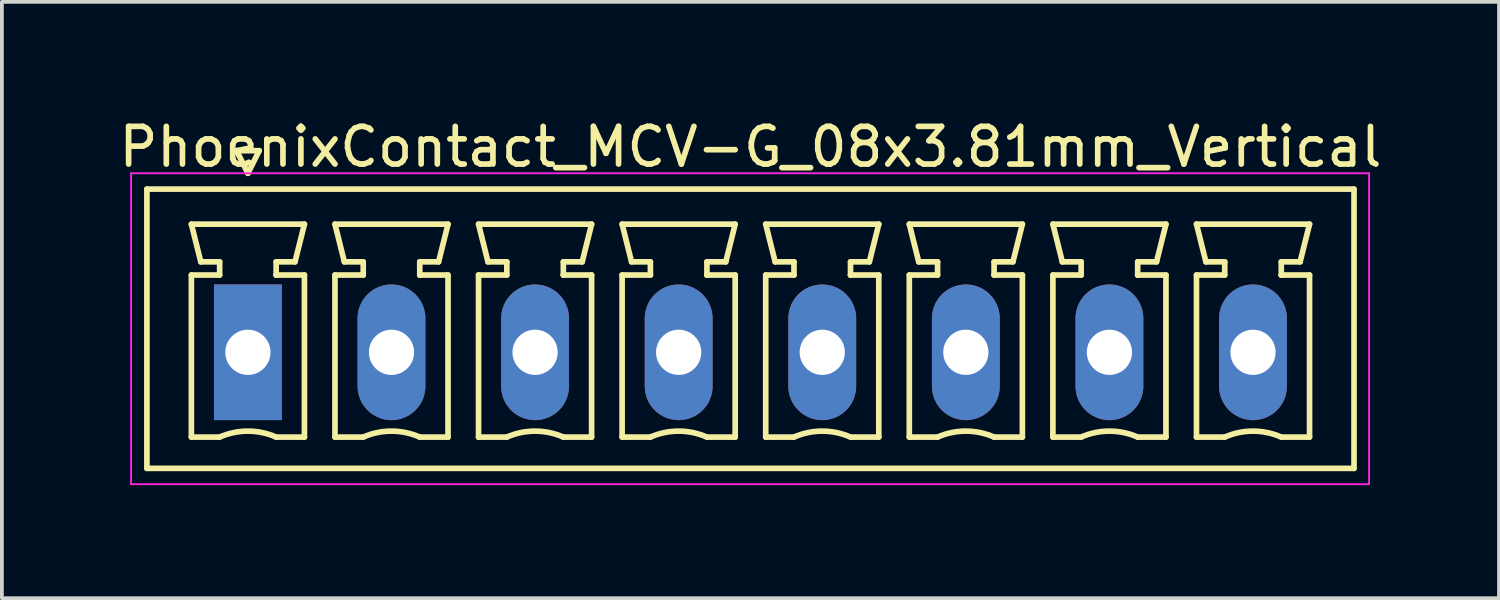
<source format=kicad_pcb>
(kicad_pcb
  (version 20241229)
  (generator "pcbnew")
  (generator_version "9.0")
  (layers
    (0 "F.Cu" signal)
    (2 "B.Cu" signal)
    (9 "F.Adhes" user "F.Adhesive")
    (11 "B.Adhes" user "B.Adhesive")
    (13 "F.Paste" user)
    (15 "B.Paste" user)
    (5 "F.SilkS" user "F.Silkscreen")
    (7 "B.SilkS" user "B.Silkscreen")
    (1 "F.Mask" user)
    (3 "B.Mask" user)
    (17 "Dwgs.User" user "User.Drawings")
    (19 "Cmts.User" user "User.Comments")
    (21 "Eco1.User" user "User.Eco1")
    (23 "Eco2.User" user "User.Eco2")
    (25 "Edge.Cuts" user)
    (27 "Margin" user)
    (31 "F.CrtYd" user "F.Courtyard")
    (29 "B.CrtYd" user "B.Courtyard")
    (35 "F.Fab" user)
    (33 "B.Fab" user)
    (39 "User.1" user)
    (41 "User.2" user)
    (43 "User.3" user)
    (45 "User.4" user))
  (footprint "PhoenixContact_MCV-G_08x3.81mm_Vertical"
    (layer "F.Cu")
    (at 3.528 6.298)
    (property "Reference" "PhoenixContact_MCV-G_08x3.81mm_Vertical" (at 13.335 -5.45 0) (layer "F.SilkS") (effects (font (size 1 1) (thickness 0.15))))
    (attr through_hole)
    (fp_line (start -2.68 -4.33) (end -2.68 3.08) (stroke (width 0.15) (type solid)) (layer "F.SilkS"))
    (fp_line (start -2.68 3.08) (end 29.35 3.08) (stroke (width 0.15) (type solid)) (layer "F.SilkS"))
    (fp_line (start -1.5 -3.4) (end 1.5 -3.4) (stroke (width 0.15) (type solid)) (layer "F.SilkS"))
    (fp_line (start -1.5 -2.05) (end -0.75 -2.05) (stroke (width 0.15) (type solid)) (layer "F.SilkS"))
    (fp_line (start -1.5 2.25) (end -1.5 -2.05) (stroke (width 0.15) (type solid)) (layer "F.SilkS"))
    (fp_line (start -1.25 -2.4) (end -1.5 -3.4) (stroke (width 0.15) (type solid)) (layer "F.SilkS"))
    (fp_line (start -0.75 -2.4) (end -1.25 -2.4) (stroke (width 0.15) (type solid)) (layer "F.SilkS"))
    (fp_line (start -0.75 -2.05) (end -0.75 -2.4) (stroke (width 0.15) (type solid)) (layer "F.SilkS"))
    (fp_line (start -0.75 2.25) (end -1.5 2.25) (stroke (width 0.15) (type solid)) (layer "F.SilkS"))
    (fp_line (start -0.3 -5.35) (end 0 -4.75) (stroke (width 0.15) (type solid)) (layer "F.SilkS"))
    (fp_line (start 0 -4.75) (end 0.3 -5.35) (stroke (width 0.15) (type solid)) (layer "F.SilkS"))
    (fp_line (start 0.3 -5.35) (end -0.3 -5.35) (stroke (width 0.15) (type solid)) (layer "F.SilkS"))
    (fp_line (start 0.75 -2.4) (end 0.75 -2.05) (stroke (width 0.15) (type solid)) (layer "F.SilkS"))
    (fp_line (start 0.75 -2.05) (end 0.75 -2.05) (stroke (width 0.15) (type solid)) (layer "F.SilkS"))
    (fp_line (start 0.75 -2.05) (end 1.5 -2.05) (stroke (width 0.15) (type solid)) (layer "F.SilkS"))
    (fp_line (start 1.25 -2.4) (end 0.75 -2.4) (stroke (width 0.15) (type solid)) (layer "F.SilkS"))
    (fp_line (start 1.5 -3.4) (end 1.25 -2.4) (stroke (width 0.15) (type solid)) (layer "F.SilkS"))
    (fp_line (start 1.5 -2.05) (end 1.5 2.25) (stroke (width 0.15) (type solid)) (layer "F.SilkS"))
    (fp_line (start 1.5 2.25) (end 0.75 2.25) (stroke (width 0.15) (type solid)) (layer "F.SilkS"))
    (fp_line (start 2.31 -3.4) (end 5.31 -3.4) (stroke (width 0.15) (type solid)) (layer "F.SilkS"))
    (fp_line (start 2.31 -2.05) (end 3.06 -2.05) (stroke (width 0.15) (type solid)) (layer "F.SilkS"))
    (fp_line (start 2.31 2.25) (end 2.31 -2.05) (stroke (width 0.15) (type solid)) (layer "F.SilkS"))
    (fp_line (start 2.56 -2.4) (end 2.31 -3.4) (stroke (width 0.15) (type solid)) (layer "F.SilkS"))
    (fp_line (start 3.06 -2.4) (end 2.56 -2.4) (stroke (width 0.15) (type solid)) (layer "F.SilkS"))
    (fp_line (start 3.06 -2.05) (end 3.06 -2.4) (stroke (width 0.15) (type solid)) (layer "F.SilkS"))
    (fp_line (start 3.06 2.25) (end 2.31 2.25) (stroke (width 0.15) (type solid)) (layer "F.SilkS"))
    (fp_line (start 4.56 -2.4) (end 4.56 -2.05) (stroke (width 0.15) (type solid)) (layer "F.SilkS"))
    (fp_line (start 4.56 -2.05) (end 4.56 -2.05) (stroke (width 0.15) (type solid)) (layer "F.SilkS"))
    (fp_line (start 4.56 -2.05) (end 5.31 -2.05) (stroke (width 0.15) (type solid)) (layer "F.SilkS"))
    (fp_line (start 5.06 -2.4) (end 4.56 -2.4) (stroke (width 0.15) (type solid)) (layer "F.SilkS"))
    (fp_line (start 5.31 -3.4) (end 5.06 -2.4) (stroke (width 0.15) (type solid)) (layer "F.SilkS"))
    (fp_line (start 5.31 -2.05) (end 5.31 2.25) (stroke (width 0.15) (type solid)) (layer "F.SilkS"))
    (fp_line (start 5.31 2.25) (end 4.56 2.25) (stroke (width 0.15) (type solid)) (layer "F.SilkS"))
    (fp_line (start 6.12 -3.4) (end 9.12 -3.4) (stroke (width 0.15) (type solid)) (layer "F.SilkS"))
    (fp_line (start 6.12 -2.05) (end 6.87 -2.05) (stroke (width 0.15) (type solid)) (layer "F.SilkS"))
    (fp_line (start 6.12 2.25) (end 6.12 -2.05) (stroke (width 0.15) (type solid)) (layer "F.SilkS"))
    (fp_line (start 6.37 -2.4) (end 6.12 -3.4) (stroke (width 0.15) (type solid)) (layer "F.SilkS"))
    (fp_line (start 6.87 -2.4) (end 6.37 -2.4) (stroke (width 0.15) (type solid)) (layer "F.SilkS"))
    (fp_line (start 6.87 -2.05) (end 6.87 -2.4) (stroke (width 0.15) (type solid)) (layer "F.SilkS"))
    (fp_line (start 6.87 2.25) (end 6.12 2.25) (stroke (width 0.15) (type solid)) (layer "F.SilkS"))
    (fp_line (start 8.37 -2.4) (end 8.37 -2.05) (stroke (width 0.15) (type solid)) (layer "F.SilkS"))
    (fp_line (start 8.37 -2.05) (end 8.37 -2.05) (stroke (width 0.15) (type solid)) (layer "F.SilkS"))
    (fp_line (start 8.37 -2.05) (end 9.12 -2.05) (stroke (width 0.15) (type solid)) (layer "F.SilkS"))
    (fp_line (start 8.87 -2.4) (end 8.37 -2.4) (stroke (width 0.15) (type solid)) (layer "F.SilkS"))
    (fp_line (start 9.12 -3.4) (end 8.87 -2.4) (stroke (width 0.15) (type solid)) (layer "F.SilkS"))
    (fp_line (start 9.12 -2.05) (end 9.12 2.25) (stroke (width 0.15) (type solid)) (layer "F.SilkS"))
    (fp_line (start 9.12 2.25) (end 8.37 2.25) (stroke (width 0.15) (type solid)) (layer "F.SilkS"))
    (fp_line (start 9.93 -3.4) (end 12.93 -3.4) (stroke (width 0.15) (type solid)) (layer "F.SilkS"))
    (fp_line (start 9.93 -2.05) (end 10.68 -2.05) (stroke (width 0.15) (type solid)) (layer "F.SilkS"))
    (fp_line (start 9.93 2.25) (end 9.93 -2.05) (stroke (width 0.15) (type solid)) (layer "F.SilkS"))
    (fp_line (start 10.18 -2.4) (end 9.93 -3.4) (stroke (width 0.15) (type solid)) (layer "F.SilkS"))
    (fp_line (start 10.68 -2.4) (end 10.18 -2.4) (stroke (width 0.15) (type solid)) (layer "F.SilkS"))
    (fp_line (start 10.68 -2.05) (end 10.68 -2.4) (stroke (width 0.15) (type solid)) (layer "F.SilkS"))
    (fp_line (start 10.68 2.25) (end 9.93 2.25) (stroke (width 0.15) (type solid)) (layer "F.SilkS"))
    (fp_line (start 12.18 -2.4) (end 12.18 -2.05) (stroke (width 0.15) (type solid)) (layer "F.SilkS"))
    (fp_line (start 12.18 -2.05) (end 12.18 -2.05) (stroke (width 0.15) (type solid)) (layer "F.SilkS"))
    (fp_line (start 12.18 -2.05) (end 12.93 -2.05) (stroke (width 0.15) (type solid)) (layer "F.SilkS"))
    (fp_line (start 12.68 -2.4) (end 12.18 -2.4) (stroke (width 0.15) (type solid)) (layer "F.SilkS"))
    (fp_line (start 12.93 -3.4) (end 12.68 -2.4) (stroke (width 0.15) (type solid)) (layer "F.SilkS"))
    (fp_line (start 12.93 -2.05) (end 12.93 2.25) (stroke (width 0.15) (type solid)) (layer "F.SilkS"))
    (fp_line (start 12.93 2.25) (end 12.18 2.25) (stroke (width 0.15) (type solid)) (layer "F.SilkS"))
    (fp_line (start 13.74 -3.4) (end 16.74 -3.4) (stroke (width 0.15) (type solid)) (layer "F.SilkS"))
    (fp_line (start 13.74 -2.05) (end 14.49 -2.05) (stroke (width 0.15) (type solid)) (layer "F.SilkS"))
    (fp_line (start 13.74 2.25) (end 13.74 -2.05) (stroke (width 0.15) (type solid)) (layer "F.SilkS"))
    (fp_line (start 13.99 -2.4) (end 13.74 -3.4) (stroke (width 0.15) (type solid)) (layer "F.SilkS"))
    (fp_line (start 14.49 -2.4) (end 13.99 -2.4) (stroke (width 0.15) (type solid)) (layer "F.SilkS"))
    (fp_line (start 14.49 -2.05) (end 14.49 -2.4) (stroke (width 0.15) (type solid)) (layer "F.SilkS"))
    (fp_line (start 14.49 2.25) (end 13.74 2.25) (stroke (width 0.15) (type solid)) (layer "F.SilkS"))
    (fp_line (start 15.99 -2.4) (end 15.99 -2.05) (stroke (width 0.15) (type solid)) (layer "F.SilkS"))
    (fp_line (start 15.99 -2.05) (end 15.99 -2.05) (stroke (width 0.15) (type solid)) (layer "F.SilkS"))
    (fp_line (start 15.99 -2.05) (end 16.74 -2.05) (stroke (width 0.15) (type solid)) (layer "F.SilkS"))
    (fp_line (start 16.49 -2.4) (end 15.99 -2.4) (stroke (width 0.15) (type solid)) (layer "F.SilkS"))
    (fp_line (start 16.74 -3.4) (end 16.49 -2.4) (stroke (width 0.15) (type solid)) (layer "F.SilkS"))
    (fp_line (start 16.74 -2.05) (end 16.74 2.25) (stroke (width 0.15) (type solid)) (layer "F.SilkS"))
    (fp_line (start 16.74 2.25) (end 15.99 2.25) (stroke (width 0.15) (type solid)) (layer "F.SilkS"))
    (fp_line (start 17.55 -3.4) (end 20.55 -3.4) (stroke (width 0.15) (type solid)) (layer "F.SilkS"))
    (fp_line (start 17.55 -2.05) (end 18.3 -2.05) (stroke (width 0.15) (type solid)) (layer "F.SilkS"))
    (fp_line (start 17.55 2.25) (end 17.55 -2.05) (stroke (width 0.15) (type solid)) (layer "F.SilkS"))
    (fp_line (start 17.8 -2.4) (end 17.55 -3.4) (stroke (width 0.15) (type solid)) (layer "F.SilkS"))
    (fp_line (start 18.3 -2.4) (end 17.8 -2.4) (stroke (width 0.15) (type solid)) (layer "F.SilkS"))
    (fp_line (start 18.3 -2.05) (end 18.3 -2.4) (stroke (width 0.15) (type solid)) (layer "F.SilkS"))
    (fp_line (start 18.3 2.25) (end 17.55 2.25) (stroke (width 0.15) (type solid)) (layer "F.SilkS"))
    (fp_line (start 19.8 -2.4) (end 19.8 -2.05) (stroke (width 0.15) (type solid)) (layer "F.SilkS"))
    (fp_line (start 19.8 -2.05) (end 19.8 -2.05) (stroke (width 0.15) (type solid)) (layer "F.SilkS"))
    (fp_line (start 19.8 -2.05) (end 20.55 -2.05) (stroke (width 0.15) (type solid)) (layer "F.SilkS"))
    (fp_line (start 20.3 -2.4) (end 19.8 -2.4) (stroke (width 0.15) (type solid)) (layer "F.SilkS"))
    (fp_line (start 20.55 -3.4) (end 20.3 -2.4) (stroke (width 0.15) (type solid)) (layer "F.SilkS"))
    (fp_line (start 20.55 -2.05) (end 20.55 2.25) (stroke (width 0.15) (type solid)) (layer "F.SilkS"))
    (fp_line (start 20.55 2.25) (end 19.8 2.25) (stroke (width 0.15) (type solid)) (layer "F.SilkS"))
    (fp_line (start 21.36 -3.4) (end 24.36 -3.4) (stroke (width 0.15) (type solid)) (layer "F.SilkS"))
    (fp_line (start 21.36 -2.05) (end 22.11 -2.05) (stroke (width 0.15) (type solid)) (layer "F.SilkS"))
    (fp_line (start 21.36 2.25) (end 21.36 -2.05) (stroke (width 0.15) (type solid)) (layer "F.SilkS"))
    (fp_line (start 21.61 -2.4) (end 21.36 -3.4) (stroke (width 0.15) (type solid)) (layer "F.SilkS"))
    (fp_line (start 22.11 -2.4) (end 21.61 -2.4) (stroke (width 0.15) (type solid)) (layer "F.SilkS"))
    (fp_line (start 22.11 -2.05) (end 22.11 -2.4) (stroke (width 0.15) (type solid)) (layer "F.SilkS"))
    (fp_line (start 22.11 2.25) (end 21.36 2.25) (stroke (width 0.15) (type solid)) (layer "F.SilkS"))
    (fp_line (start 23.61 -2.4) (end 23.61 -2.05) (stroke (width 0.15) (type solid)) (layer "F.SilkS"))
    (fp_line (start 23.61 -2.05) (end 23.61 -2.05) (stroke (width 0.15) (type solid)) (layer "F.SilkS"))
    (fp_line (start 23.61 -2.05) (end 24.36 -2.05) (stroke (width 0.15) (type solid)) (layer "F.SilkS"))
    (fp_line (start 24.11 -2.4) (end 23.61 -2.4) (stroke (width 0.15) (type solid)) (layer "F.SilkS"))
    (fp_line (start 24.36 -3.4) (end 24.11 -2.4) (stroke (width 0.15) (type solid)) (layer "F.SilkS"))
    (fp_line (start 24.36 -2.05) (end 24.36 2.25) (stroke (width 0.15) (type solid)) (layer "F.SilkS"))
    (fp_line (start 24.36 2.25) (end 23.61 2.25) (stroke (width 0.15) (type solid)) (layer "F.SilkS"))
    (fp_line (start 25.17 -3.4) (end 28.17 -3.4) (stroke (width 0.15) (type solid)) (layer "F.SilkS"))
    (fp_line (start 25.17 -2.05) (end 25.92 -2.05) (stroke (width 0.15) (type solid)) (layer "F.SilkS"))
    (fp_line (start 25.17 2.25) (end 25.17 -2.05) (stroke (width 0.15) (type solid)) (layer "F.SilkS"))
    (fp_line (start 25.42 -2.4) (end 25.17 -3.4) (stroke (width 0.15) (type solid)) (layer "F.SilkS"))
    (fp_line (start 25.92 -2.4) (end 25.42 -2.4) (stroke (width 0.15) (type solid)) (layer "F.SilkS"))
    (fp_line (start 25.92 -2.05) (end 25.92 -2.4) (stroke (width 0.15) (type solid)) (layer "F.SilkS"))
    (fp_line (start 25.92 2.25) (end 25.17 2.25) (stroke (width 0.15) (type solid)) (layer "F.SilkS"))
    (fp_line (start 27.42 -2.4) (end 27.42 -2.05) (stroke (width 0.15) (type solid)) (layer "F.SilkS"))
    (fp_line (start 27.42 -2.05) (end 27.42 -2.05) (stroke (width 0.15) (type solid)) (layer "F.SilkS"))
    (fp_line (start 27.42 -2.05) (end 28.17 -2.05) (stroke (width 0.15) (type solid)) (layer "F.SilkS"))
    (fp_line (start 27.92 -2.4) (end 27.42 -2.4) (stroke (width 0.15) (type solid)) (layer "F.SilkS"))
    (fp_line (start 28.17 -3.4) (end 27.92 -2.4) (stroke (width 0.15) (type solid)) (layer "F.SilkS"))
    (fp_line (start 28.17 -2.05) (end 28.17 2.25) (stroke (width 0.15) (type solid)) (layer "F.SilkS"))
    (fp_line (start 28.17 2.25) (end 27.42 2.25) (stroke (width 0.15) (type solid)) (layer "F.SilkS"))
    (fp_line (start 29.35 -4.33) (end -2.68 -4.33) (stroke (width 0.15) (type solid)) (layer "F.SilkS"))
    (fp_line (start 29.35 3.08) (end 29.35 -4.33) (stroke (width 0.15) (type solid)) (layer "F.SilkS"))
    (fp_arc (start -0.75 2.25) (mid -0.000193 2.09191) (end 0.749647 2.249844) (stroke (width 0.15) (type solid)) (layer "F.SilkS"))
    (fp_arc (start 3.06 2.25) (mid 3.809807 2.09191) (end 4.559647 2.249844) (stroke (width 0.15) (type solid)) (layer "F.SilkS"))
    (fp_arc (start 6.87 2.25) (mid 7.619807 2.09191) (end 8.369647 2.249844) (stroke (width 0.15) (type solid)) (layer "F.SilkS"))
    (fp_arc (start 10.68 2.25) (mid 11.429807 2.09191) (end 12.179647 2.249844) (stroke (width 0.15) (type solid)) (layer "F.SilkS"))
    (fp_arc (start 14.49 2.25) (mid 15.239807 2.09191) (end 15.989647 2.249844) (stroke (width 0.15) (type solid)) (layer "F.SilkS"))
    (fp_arc (start 18.3 2.25) (mid 19.049807 2.09191) (end 19.799647 2.249844) (stroke (width 0.15) (type solid)) (layer "F.SilkS"))
    (fp_arc (start 22.11 2.25) (mid 22.859807 2.09191) (end 23.609647 2.249844) (stroke (width 0.15) (type solid)) (layer "F.SilkS"))
    (fp_arc (start 25.92 2.25) (mid 26.669807 2.09191) (end 27.419647 2.249844) (stroke (width 0.15) (type solid)) (layer "F.SilkS"))
    (fp_line (start -3.1 -4.75) (end -3.1 3.5) (stroke (width 0.05) (type solid)) (layer "F.CrtYd"))
    (fp_line (start -3.1 3.5) (end 29.75 3.5) (stroke (width 0.05) (type solid)) (layer "F.CrtYd"))
    (fp_line (start 29.75 -4.75) (end -3.1 -4.75) (stroke (width 0.05) (type solid)) (layer "F.CrtYd"))
    (fp_line (start 29.75 3.5) (end 29.75 -4.75) (stroke (width 0.05) (type solid)) (layer "F.CrtYd"))
    (pad "1" thru_hole rect (at 0 0) (size 1.8 3.6) (drill 1.2) (layers "*.Cu" "*.Mask"))
    (pad "2" thru_hole oval (at 3.81 0) (size 1.8 3.6) (drill 1.2) (layers "*.Cu" "*.Mask"))
    (pad "3" thru_hole oval (at 7.62 0) (size 1.8 3.6) (drill 1.2) (layers "*.Cu" "*.Mask"))
    (pad "4" thru_hole oval (at 11.43 0) (size 1.8 3.6) (drill 1.2) (layers "*.Cu" "*.Mask"))
    (pad "5" thru_hole oval (at 15.24 0) (size 1.8 3.6) (drill 1.2) (layers "*.Cu" "*.Mask"))
    (pad "6" thru_hole oval (at 19.05 0) (size 1.8 3.6) (drill 1.2) (layers "*.Cu" "*.Mask"))
    (pad "7" thru_hole oval (at 22.86 0) (size 1.8 3.6) (drill 1.2) (layers "*.Cu" "*.Mask"))
    (pad "8" thru_hole oval (at 26.67 0) (size 1.8 3.6) (drill 1.2) (layers "*.Cu" "*.Mask")))
  (gr_rect
    (start -3 -3)
    (end 36.726 12.823)
    (stroke (width 0.1) (type default))
    (fill no)
    (layer "Edge.Cuts")))
</source>
